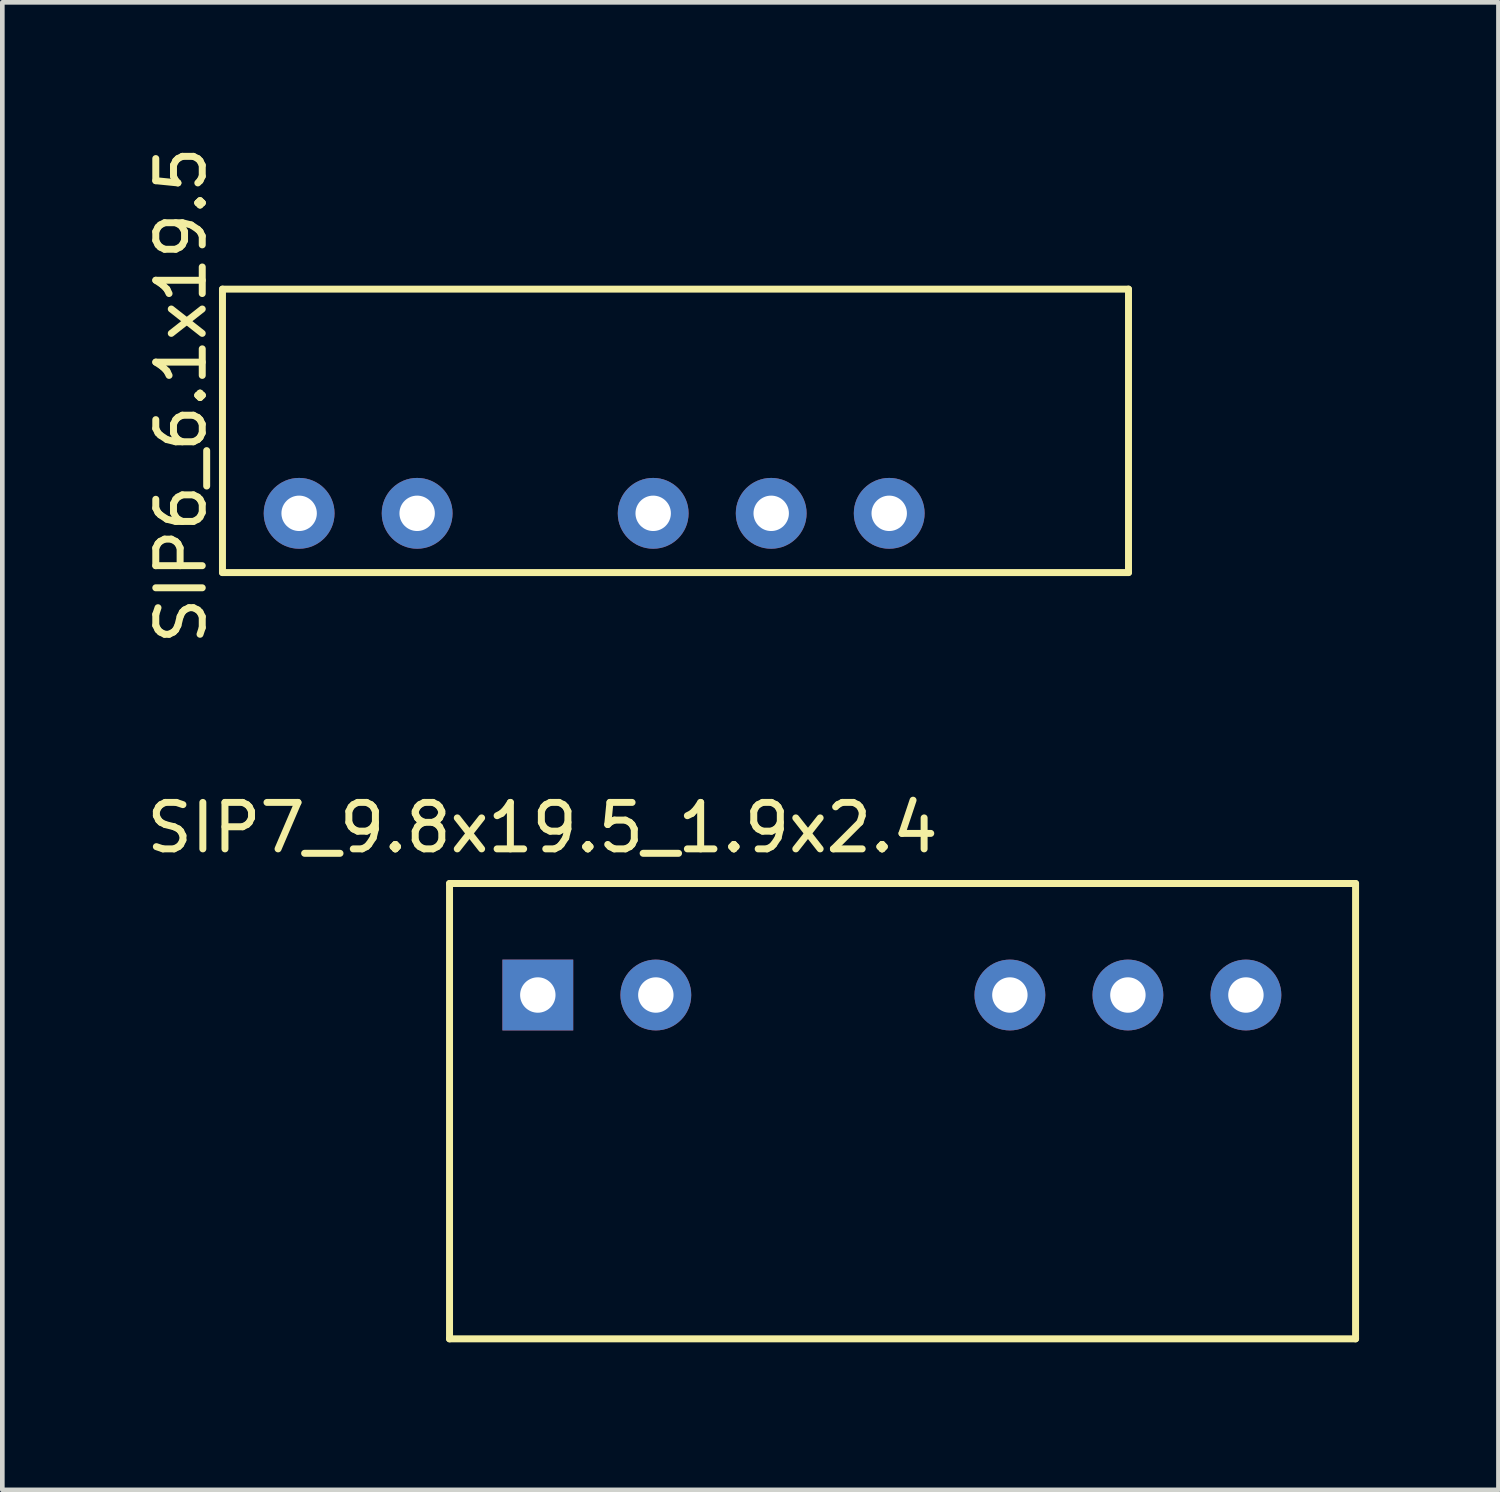
<source format=kicad_pcb>
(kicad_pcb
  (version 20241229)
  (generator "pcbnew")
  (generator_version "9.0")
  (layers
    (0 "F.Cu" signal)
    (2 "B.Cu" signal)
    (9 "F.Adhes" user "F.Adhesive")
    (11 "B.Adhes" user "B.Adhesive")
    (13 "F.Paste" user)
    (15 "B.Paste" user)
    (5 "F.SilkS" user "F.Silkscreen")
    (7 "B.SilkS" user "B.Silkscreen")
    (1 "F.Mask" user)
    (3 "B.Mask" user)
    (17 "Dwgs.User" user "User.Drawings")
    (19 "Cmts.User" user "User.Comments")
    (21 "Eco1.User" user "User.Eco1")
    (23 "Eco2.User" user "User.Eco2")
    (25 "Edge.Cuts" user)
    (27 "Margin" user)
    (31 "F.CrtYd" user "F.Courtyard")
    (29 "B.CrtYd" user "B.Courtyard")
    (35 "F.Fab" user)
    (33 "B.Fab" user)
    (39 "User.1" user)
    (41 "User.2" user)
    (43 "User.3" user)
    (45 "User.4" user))
  (footprint "SIP7_9.8x19.5_1.9x2.4"
    (layer "F.Cu")
    (at 6.625 25.765)
    (property "Reference" "SIP7_9.8x19.5_1.9x2.4" (at 2 -11 0) (layer "F.SilkS") (effects (font (size 1 1) (thickness 0.15))))
    (attr through_hole)
    (fp_line (start 0 -9.8) (end 19.5 -9.8) (stroke (width 0.15) (type solid)) (layer "F.SilkS"))
    (fp_line (start 0 0) (end 0 -9.8) (stroke (width 0.15) (type solid)) (layer "F.SilkS"))
    (fp_line (start 19.5 -9.8) (end 19.5 0) (stroke (width 0.15) (type solid)) (layer "F.SilkS"))
    (fp_line (start 19.5 0) (end 0 0) (stroke (width 0.15) (type solid)) (layer "F.SilkS"))
    (pad "1" thru_hole rect (at 1.9 -7.4) (size 1.524 1.524) (drill 0.762) (layers "*.Cu" "*.Mask"))
    (pad "2" thru_hole circle (at 4.44 -7.4) (size 1.524 1.524) (drill 0.762) (layers "*.Cu" "*.Mask"))
    (pad "5" thru_hole circle (at 12.06 -7.4) (size 1.524 1.524) (drill 0.762) (layers "*.Cu" "*.Mask"))
    (pad "6" thru_hole circle (at 14.6 -7.4) (size 1.524 1.524) (drill 0.762) (layers "*.Cu" "*.Mask"))
    (pad "7" thru_hole circle (at 17.14 -7.4) (size 1.524 1.524) (drill 0.762) (layers "*.Cu" "*.Mask")))
  (footprint "SIP6_6.1x19.5"
    (layer "F.Cu")
    (at 3.388 7.998)
    (property "Reference" "SIP6_6.1x19.5" (at -2.54 -2.54 90) (layer "F.SilkS") (effects (font (size 1 1) (thickness 0.15))))
    (attr through_hole)
    (fp_line (start -1.65 -4.825) (end 17.85 -4.825) (stroke (width 0.15) (type solid)) (layer "F.SilkS"))
    (fp_line (start -1.65 1.275) (end -1.65 -4.825) (stroke (width 0.15) (type solid)) (layer "F.SilkS"))
    (fp_line (start 17.85 -4.825) (end 17.85 1.275) (stroke (width 0.15) (type solid)) (layer "F.SilkS"))
    (fp_line (start 17.85 1.275) (end -1.65 1.275) (stroke (width 0.15) (type solid)) (layer "F.SilkS"))
    (pad "1" thru_hole circle (at 0 0) (size 1.524 1.524) (drill 0.762) (layers "*.Cu" "*.Mask"))
    (pad "2" thru_hole circle (at 2.54 0) (size 1.524 1.524) (drill 0.762) (layers "*.Cu" "*.Mask"))
    (pad "4" thru_hole circle (at 7.62 0) (size 1.524 1.524) (drill 0.762) (layers "*.Cu" "*.Mask"))
    (pad "5" thru_hole circle (at 10.16 0) (size 1.524 1.524) (drill 0.762) (layers "*.Cu" "*.Mask"))
    (pad "6" thru_hole circle (at 12.7 0) (size 1.524 1.524) (drill 0.762) (layers "*.Cu" "*.Mask")))
  (gr_rect
    (start -3 -3)
    (end 29.2 29.015)
    (stroke (width 0.1) (type default))
    (fill no)
    (layer "Edge.Cuts")))
</source>
